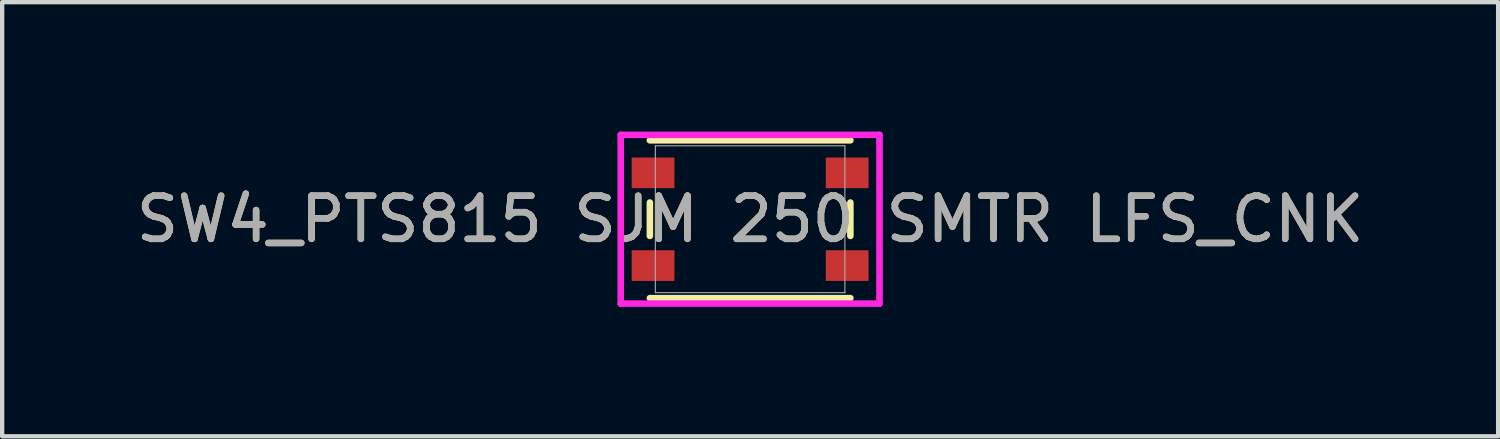
<source format=kicad_pcb>
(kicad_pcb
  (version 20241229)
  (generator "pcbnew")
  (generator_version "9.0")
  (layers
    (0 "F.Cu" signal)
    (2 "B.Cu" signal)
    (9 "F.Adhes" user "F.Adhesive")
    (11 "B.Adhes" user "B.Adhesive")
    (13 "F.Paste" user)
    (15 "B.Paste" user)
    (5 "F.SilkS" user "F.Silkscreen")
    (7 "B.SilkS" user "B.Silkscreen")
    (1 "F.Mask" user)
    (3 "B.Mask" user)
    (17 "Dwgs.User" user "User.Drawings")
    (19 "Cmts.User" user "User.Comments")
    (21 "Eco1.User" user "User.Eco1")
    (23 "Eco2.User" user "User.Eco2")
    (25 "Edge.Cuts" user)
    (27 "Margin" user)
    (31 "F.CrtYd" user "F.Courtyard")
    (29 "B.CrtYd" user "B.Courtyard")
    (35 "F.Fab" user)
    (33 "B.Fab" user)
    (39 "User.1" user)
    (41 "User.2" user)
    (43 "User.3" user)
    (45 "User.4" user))
  (footprint "SW4_PTS815 SJM 250 SMTR LFS_CNK"
    (layer "F.Cu")
    (at 14.339 2.032)
    (property "Reference" "SW4_PTS815 SJM 250 SMTR LFS_CNK" (at 0 0 0) (unlocked yes) (layer "F.SilkS") (effects (font (size 1 1) (thickness 0.15))))
    (attr smd)
    (fp_line (start -2.324 -0.387) (end -2.324 0.387) (stroke (width 0.152) (type solid)) (layer "F.SilkS"))
    (fp_line (start -2.324 1.829) (end 2.324 1.829) (stroke (width 0.152) (type solid)) (layer "F.SilkS"))
    (fp_line (start 2.324 -1.829) (end -2.324 -1.829) (stroke (width 0.152) (type solid)) (layer "F.SilkS"))
    (fp_line (start 2.324 0.387) (end 2.324 -0.387) (stroke (width 0.152) (type solid)) (layer "F.SilkS"))
    (fp_line (start -2.999 -1.956) (end -2.999 1.956) (stroke (width 0.152) (type solid)) (layer "F.CrtYd"))
    (fp_line (start -2.999 1.956) (end 2.999 1.956) (stroke (width 0.152) (type solid)) (layer "F.CrtYd"))
    (fp_line (start 2.999 -1.956) (end -2.999 -1.956) (stroke (width 0.152) (type solid)) (layer "F.CrtYd"))
    (fp_line (start 2.999 1.956) (end 2.999 -1.956) (stroke (width 0.152) (type solid)) (layer "F.CrtYd"))
    (fp_line (start -2.197 -1.702) (end -2.197 1.702) (stroke (width 0.025) (type solid)) (layer "F.Fab"))
    (fp_line (start -2.197 1.702) (end 2.197 1.702) (stroke (width 0.025) (type solid)) (layer "F.Fab"))
    (fp_line (start 2.197 -1.702) (end -2.197 -1.702) (stroke (width 0.025) (type solid)) (layer "F.Fab"))
    (fp_line (start 2.197 1.702) (end 2.197 -1.702) (stroke (width 0.025) (type solid)) (layer "F.Fab"))
    (fp_text user "${REFERENCE}" (at 0 0 0) (unlocked yes) (layer "F.Fab") (effects (font (size 1 1) (thickness 0.15))))
    (pad "1" smd rect (at -2.25 -1.075) (size 0.991 0.711) (layers "F.Cu" "F.Mask" "F.Paste"))
    (pad "2" smd rect (at 2.25 -1.075) (size 0.991 0.711) (layers "F.Cu" "F.Mask" "F.Paste"))
    (pad "3" smd rect (at -2.25 1.075) (size 0.991 0.711) (layers "F.Cu" "F.Mask" "F.Paste"))
    (pad "4" smd rect (at 2.25 1.075) (size 0.991 0.711) (layers "F.Cu" "F.Mask" "F.Paste")))
  (gr_rect
    (start -3 -3)
    (end 31.679 7.064)
    (stroke (width 0.1) (type default))
    (fill no)
    (layer "Edge.Cuts")))
</source>
